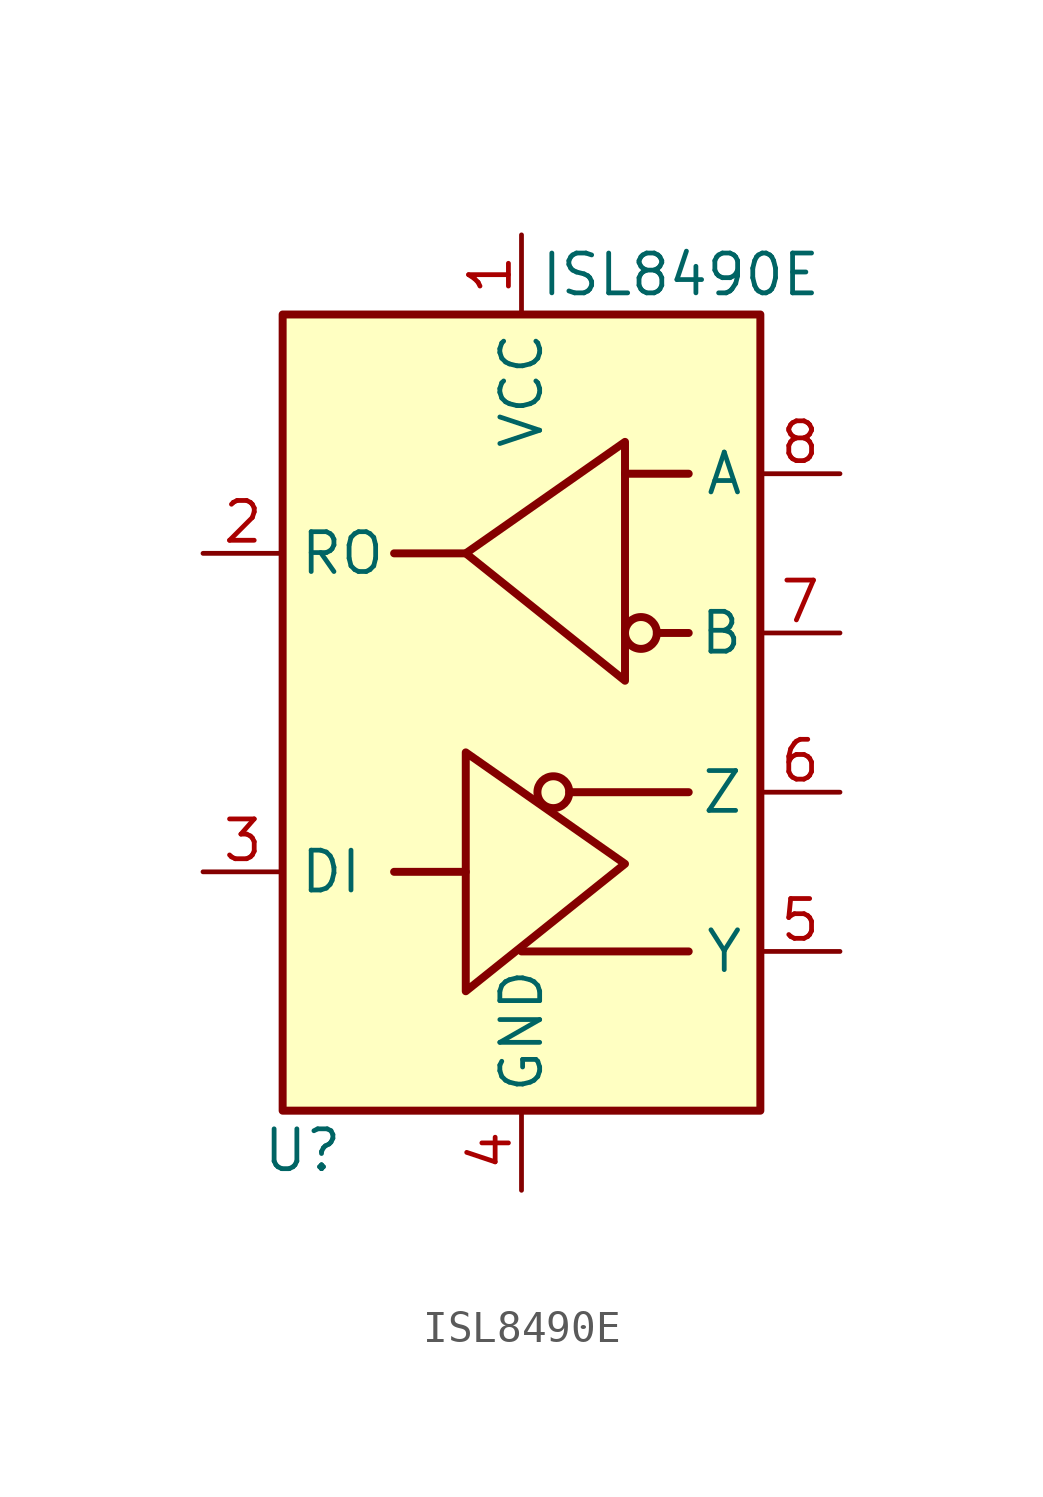
<source format=kicad_sym>
(kicad_symbol_lib
  (version 20211014)
  (generator kicad_symbol_editor)
  (symbol "ISL8490E"
    (property "Reference" "U"
      (at -6.985 -13.97 0)
      (effects (font (size 1.27 1.27))))
    (property "Value" "ISL8490E"
      (at 5.08 13.97 0)
      (effects (font (size 1.27 1.27))))
    (symbol "ISL8490E_0_1"
      (rectangle (start -7.62 12.7) (end 7.62 -12.7) (stroke (width 0.254) (type default) (color 0 0 0 0)) (fill (type background)))
      (polyline (pts (xy -1.778 -5.08) (xy -4.064 -5.08)) (stroke (width 0.254) (type default) (color 0 0 0 0)) (fill (type none)))
      (polyline (pts (xy -1.778 5.08) (xy -4.064 5.08)) (stroke (width 0.254) (type default) (color 0 0 0 0)) (fill (type none)))
      (polyline (pts (xy 0 -7.62) (xy 5.334 -7.62)) (stroke (width 0.254) (type default) (color 0 0 0 0)) (fill (type none)))
      (polyline (pts (xy 1.524 -2.54) (xy 5.334 -2.54)) (stroke (width 0.254) (type default) (color 0 0 0 0)) (fill (type none)))
      (polyline (pts (xy 3.302 7.62) (xy 5.334 7.62)) (stroke (width 0.254) (type default) (color 0 0 0 0)) (fill (type none)))
      (polyline (pts (xy 4.318 2.54) (xy 5.334 2.54)) (stroke (width 0.254) (type default) (color 0 0 0 0)) (fill (type none)))
      (polyline (pts (xy -1.778 -5.08) (xy -1.778 -1.27) (xy 3.302 -4.826) (xy -1.778 -8.89) (xy -1.778 -5.08)) (stroke (width 0.254) (type default) (color 0 0 0 0)) (fill (type none)))
      (circle (center 1.016 -2.54) (radius 0.508) (stroke (width 0.254) (type default) (color 0 0 0 0)) (fill (type none))))
    (symbol "ISL8490E_1_1"
      (polyline (pts (xy 3.302 4.826) (xy 3.302 8.636) (xy -1.778 5.08) (xy 3.302 1.016) (xy 3.302 4.826)) (stroke (width 0.254) (type default) (color 0 0 0 0)) (fill (type none)))
      (circle (center 3.81 2.54) (radius 0.508) (stroke (width 0.254) (type default) (color 0 0 0 0)) (fill (type none)))
      (pin power_in line (at 0 15.24 270) (length 2.54) (name "VCC" (effects (font (size 1.27 1.27)))) (number "1" (effects (font (size 1.27 1.27)))))
      (pin output line (at -10.16 5.08 0) (length 2.54) (name "RO" (effects (font (size 1.27 1.27)))) (number "2" (effects (font (size 1.27 1.27)))))
      (pin input line (at -10.16 -5.08 0) (length 2.54) (name "DI" (effects (font (size 1.27 1.27)))) (number "3" (effects (font (size 1.27 1.27)))))
      (pin power_in line (at 0 -15.24 90) (length 2.54) (name "GND" (effects (font (size 1.27 1.27)))) (number "4" (effects (font (size 1.27 1.27)))))
      (pin output line (at 10.16 -7.62 180) (length 2.54) (name "Y" (effects (font (size 1.27 1.27)))) (number "5" (effects (font (size 1.27 1.27)))))
      (pin output line (at 10.16 -2.54 180) (length 2.54) (name "Z" (effects (font (size 1.27 1.27)))) (number "6" (effects (font (size 1.27 1.27)))))
      (pin input line (at 10.16 2.54 180) (length 2.54) (name "B" (effects (font (size 1.27 1.27)))) (number "7" (effects (font (size 1.27 1.27)))))
      (pin input line (at 10.16 7.62 180) (length 2.54) (name "A" (effects (font (size 1.27 1.27)))) (number "8" (effects (font (size 1.27 1.27))))))))
</source>
